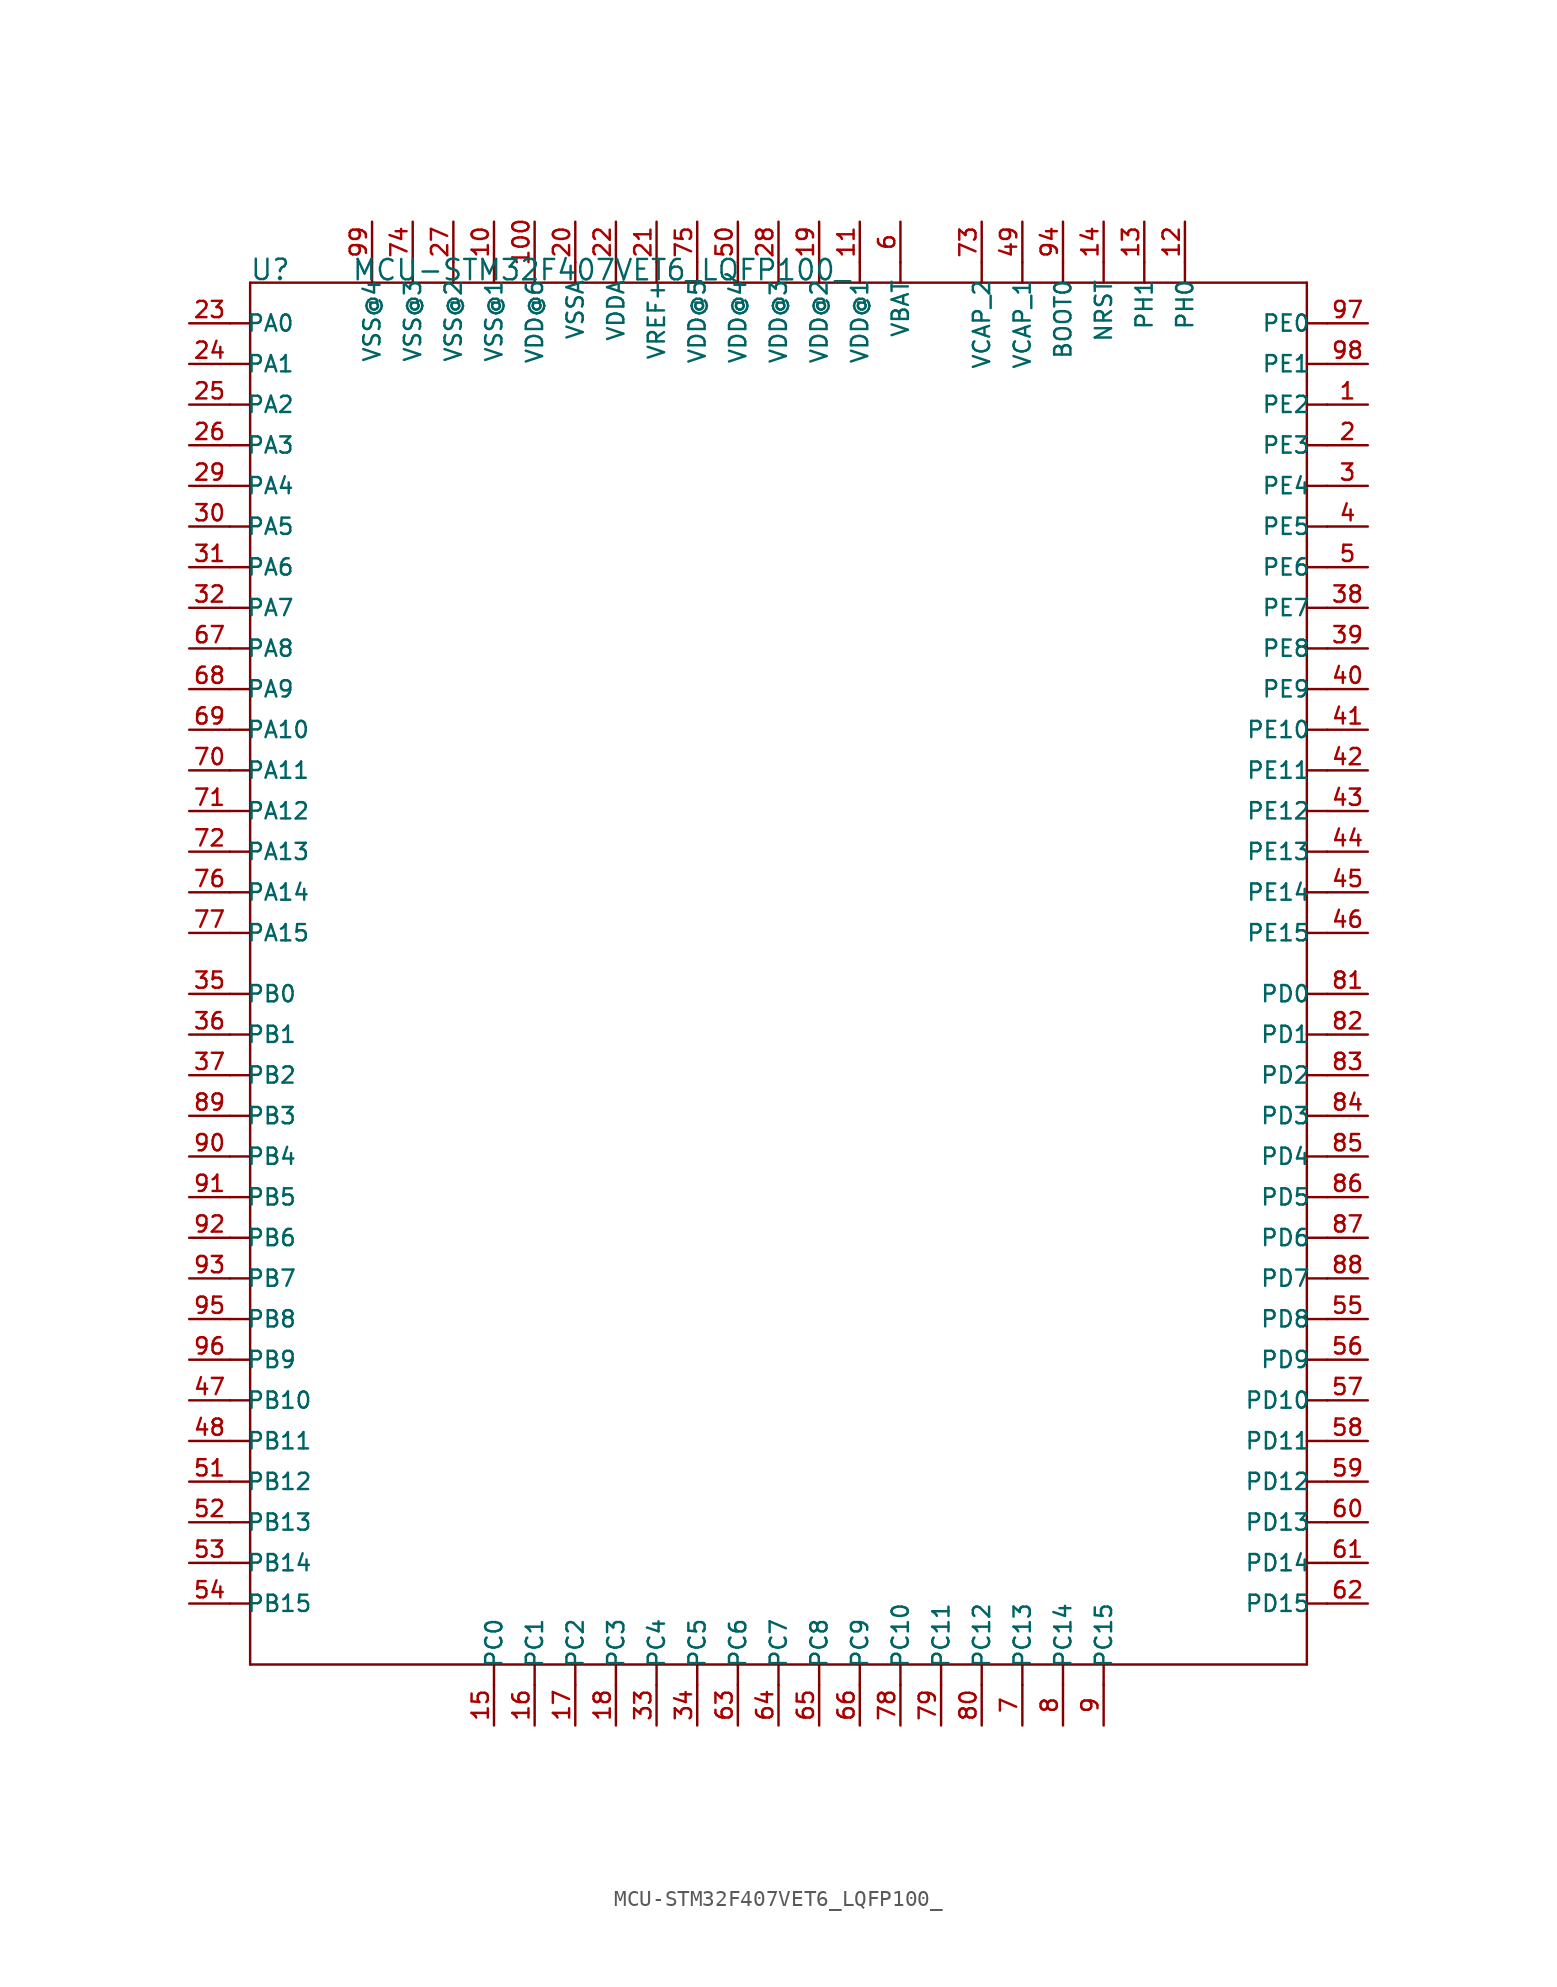
<source format=kicad_sym>
(kicad_symbol_lib
  (version 20211014)
  (generator kicad_symbol_editor)
  (symbol "MCU-STM32F407VET6_LQFP100_"
    (pin_names
      (offset 1.016))
    (property "Reference" "U"
      (at -33.07 43.245 0)
      (effects (font (size 1.27 1.27)) (justify bottom left)))
    (property "Value" "MCU-STM32F407VET6_LQFP100_"
      (at -26.7 43.229 0)
      (effects (font (size 1.27 1.27)) (justify bottom left)))
    (symbol "MCU-STM32F407VET6_LQFP100__0_0"
      (polyline (pts (xy -33.02 43.18) (xy 15.24 43.18)) (stroke (width 0.152)))
      (polyline (pts (xy 15.24 43.18) (xy 17.78 43.18)) (stroke (width 0.152)))
      (polyline (pts (xy 17.78 43.18) (xy 20.32 43.18)) (stroke (width 0.152)))
      (polyline (pts (xy 20.32 43.18) (xy 22.86 43.18)) (stroke (width 0.152)))
      (polyline (pts (xy 22.86 43.18) (xy 25.4 43.18)) (stroke (width 0.152)))
      (polyline (pts (xy 25.4 43.18) (xy 33.02 43.18)) (stroke (width 0.152)))
      (polyline (pts (xy 33.02 43.18) (xy 33.02 -43.18)) (stroke (width 0.152)))
      (polyline (pts (xy 33.02 -43.18) (xy -33.02 -43.18)) (stroke (width 0.152)))
      (polyline (pts (xy -33.02 -43.18) (xy -33.02 2.54)) (stroke (width 0.152)))
      (polyline (pts (xy -33.02 2.54) (xy -33.02 5.08)) (stroke (width 0.152)))
      (polyline (pts (xy -33.02 5.08) (xy -33.02 7.62)) (stroke (width 0.152)))
      (polyline (pts (xy -33.02 7.62) (xy -33.02 10.16)) (stroke (width 0.152)))
      (polyline (pts (xy -33.02 10.16) (xy -33.02 12.7)) (stroke (width 0.152)))
      (polyline (pts (xy -33.02 12.7) (xy -33.02 15.24)) (stroke (width 0.152)))
      (polyline (pts (xy -33.02 15.24) (xy -33.02 17.78)) (stroke (width 0.152)))
      (polyline (pts (xy -33.02 17.78) (xy -33.02 20.32)) (stroke (width 0.152)))
      (polyline (pts (xy -33.02 20.32) (xy -33.02 22.86)) (stroke (width 0.152)))
      (polyline (pts (xy -33.02 22.86) (xy -33.02 25.4)) (stroke (width 0.152)))
      (polyline (pts (xy -33.02 25.4) (xy -33.02 27.94)) (stroke (width 0.152)))
      (polyline (pts (xy -33.02 27.94) (xy -33.02 30.48)) (stroke (width 0.152)))
      (polyline (pts (xy -33.02 30.48) (xy -33.02 33.02)) (stroke (width 0.152)))
      (polyline (pts (xy -33.02 33.02) (xy -33.02 35.56)) (stroke (width 0.152)))
      (polyline (pts (xy -33.02 35.56) (xy -33.02 38.1)) (stroke (width 0.152)))
      (polyline (pts (xy -33.02 38.1) (xy -33.02 40.64)) (stroke (width 0.152)))
      (polyline (pts (xy -33.02 40.64) (xy -33.02 43.18)) (stroke (width 0.152)))
      (polyline (pts (xy -34.29 40.64) (xy -33.02 40.64)) (stroke (width 0.152)))
      (polyline (pts (xy -34.29 38.1) (xy -33.02 38.1)) (stroke (width 0.152)))
      (polyline (pts (xy -34.29 35.56) (xy -33.02 35.56)) (stroke (width 0.152)))
      (polyline (pts (xy -34.29 33.02) (xy -33.02 33.02)) (stroke (width 0.152)))
      (polyline (pts (xy -34.29 30.48) (xy -33.02 30.48)) (stroke (width 0.152)))
      (polyline (pts (xy -34.29 27.94) (xy -33.02 27.94)) (stroke (width 0.152)))
      (polyline (pts (xy -34.29 25.4) (xy -33.02 25.4)) (stroke (width 0.152)))
      (polyline (pts (xy -34.29 22.86) (xy -33.02 22.86)) (stroke (width 0.152)))
      (polyline (pts (xy -34.29 20.32) (xy -33.02 20.32)) (stroke (width 0.152)))
      (polyline (pts (xy -34.29 17.78) (xy -33.02 17.78)) (stroke (width 0.152)))
      (polyline (pts (xy -34.29 15.24) (xy -33.02 15.24)) (stroke (width 0.152)))
      (polyline (pts (xy -34.29 12.7) (xy -33.02 12.7)) (stroke (width 0.152)))
      (polyline (pts (xy -34.29 10.16) (xy -33.02 10.16)) (stroke (width 0.152)))
      (polyline (pts (xy -34.29 7.62) (xy -33.02 7.62)) (stroke (width 0.152)))
      (polyline (pts (xy -34.29 5.08) (xy -33.02 5.08)) (stroke (width 0.152)))
      (polyline (pts (xy -34.29 2.54) (xy -33.02 2.54)) (stroke (width 0.152)))
      (polyline (pts (xy -33.02 -39.37) (xy -34.29 -39.37)) (stroke (width 0.152)))
      (polyline (pts (xy -33.02 -36.83) (xy -34.29 -36.83)) (stroke (width 0.152)))
      (polyline (pts (xy -33.02 -34.29) (xy -34.29 -34.29)) (stroke (width 0.152)))
      (polyline (pts (xy -33.02 -31.75) (xy -34.29 -31.75)) (stroke (width 0.152)))
      (polyline (pts (xy -33.02 -29.21) (xy -34.29 -29.21)) (stroke (width 0.152)))
      (polyline (pts (xy -33.02 -26.67) (xy -34.29 -26.67)) (stroke (width 0.152)))
      (polyline (pts (xy -33.02 -24.13) (xy -34.29 -24.13)) (stroke (width 0.152)))
      (polyline (pts (xy -33.02 -21.59) (xy -34.29 -21.59)) (stroke (width 0.152)))
      (polyline (pts (xy -33.02 -19.05) (xy -34.29 -19.05)) (stroke (width 0.152)))
      (polyline (pts (xy -33.02 -16.51) (xy -34.29 -16.51)) (stroke (width 0.152)))
      (polyline (pts (xy -33.02 -13.97) (xy -34.29 -13.97)) (stroke (width 0.152)))
      (polyline (pts (xy -33.02 -11.43) (xy -34.29 -11.43)) (stroke (width 0.152)))
      (polyline (pts (xy -33.02 -8.89) (xy -34.29 -8.89)) (stroke (width 0.152)))
      (polyline (pts (xy -33.02 -6.35) (xy -34.29 -6.35)) (stroke (width 0.152)))
      (polyline (pts (xy -33.02 -3.81) (xy -34.29 -3.81)) (stroke (width 0.152)))
      (polyline (pts (xy -33.02 -1.27) (xy -34.29 -1.27)) (stroke (width 0.152)))
      (polyline (pts (xy -17.78 -44.45) (xy -17.78 -43.18)) (stroke (width 0.152)))
      (polyline (pts (xy -15.24 -44.45) (xy -15.24 -43.18)) (stroke (width 0.152)))
      (polyline (pts (xy -12.7 -44.45) (xy -12.7 -43.18)) (stroke (width 0.152)))
      (polyline (pts (xy -10.16 -44.45) (xy -10.16 -43.18)) (stroke (width 0.152)))
      (polyline (pts (xy -7.62 -44.45) (xy -7.62 -43.18)) (stroke (width 0.152)))
      (polyline (pts (xy -5.08 -44.45) (xy -5.08 -43.18)) (stroke (width 0.152)))
      (polyline (pts (xy -2.54 -44.45) (xy -2.54 -43.18)) (stroke (width 0.152)))
      (polyline (pts (xy 0.0 -44.45) (xy 0.0 -43.18)) (stroke (width 0.152)))
      (polyline (pts (xy 2.54 -44.45) (xy 2.54 -43.18)) (stroke (width 0.152)))
      (polyline (pts (xy 5.08 -44.45) (xy 5.08 -43.18)) (stroke (width 0.152)))
      (polyline (pts (xy 7.62 -44.45) (xy 7.62 -43.18)) (stroke (width 0.152)))
      (polyline (pts (xy 10.16 -44.45) (xy 10.16 -43.18)) (stroke (width 0.152)))
      (polyline (pts (xy 12.7 -44.45) (xy 12.7 -43.18)) (stroke (width 0.152)))
      (polyline (pts (xy 15.24 -44.45) (xy 15.24 -43.18)) (stroke (width 0.152)))
      (polyline (pts (xy 17.78 -44.45) (xy 17.78 -43.18)) (stroke (width 0.152)))
      (polyline (pts (xy 20.32 -44.45) (xy 20.32 -43.18)) (stroke (width 0.152)))
      (polyline (pts (xy 34.29 -39.37) (xy 33.02 -39.37)) (stroke (width 0.152)))
      (polyline (pts (xy 34.29 -36.83) (xy 33.02 -36.83)) (stroke (width 0.152)))
      (polyline (pts (xy 34.29 -34.29) (xy 33.02 -34.29)) (stroke (width 0.152)))
      (polyline (pts (xy 34.29 -31.75) (xy 33.02 -31.75)) (stroke (width 0.152)))
      (polyline (pts (xy 34.29 -29.21) (xy 33.02 -29.21)) (stroke (width 0.152)))
      (polyline (pts (xy 34.29 -26.67) (xy 33.02 -26.67)) (stroke (width 0.152)))
      (polyline (pts (xy 34.29 -24.13) (xy 33.02 -24.13)) (stroke (width 0.152)))
      (polyline (pts (xy 34.29 -21.59) (xy 33.02 -21.59)) (stroke (width 0.152)))
      (polyline (pts (xy 34.29 -19.05) (xy 33.02 -19.05)) (stroke (width 0.152)))
      (polyline (pts (xy 34.29 -16.51) (xy 33.02 -16.51)) (stroke (width 0.152)))
      (polyline (pts (xy 34.29 -13.97) (xy 33.02 -13.97)) (stroke (width 0.152)))
      (polyline (pts (xy 34.29 -11.43) (xy 33.02 -11.43)) (stroke (width 0.152)))
      (polyline (pts (xy 34.29 -8.89) (xy 33.02 -8.89)) (stroke (width 0.152)))
      (polyline (pts (xy 34.29 -6.35) (xy 33.02 -6.35)) (stroke (width 0.152)))
      (polyline (pts (xy 34.29 -3.81) (xy 33.02 -3.81)) (stroke (width 0.152)))
      (polyline (pts (xy 34.29 -1.27) (xy 33.02 -1.27)) (stroke (width 0.152)))
      (polyline (pts (xy 34.29 2.54) (xy 33.02 2.54)) (stroke (width 0.152)))
      (polyline (pts (xy 34.29 5.08) (xy 33.02 5.08)) (stroke (width 0.152)))
      (polyline (pts (xy 34.29 7.62) (xy 33.02 7.62)) (stroke (width 0.152)))
      (polyline (pts (xy 34.29 10.16) (xy 33.02 10.16)) (stroke (width 0.152)))
      (polyline (pts (xy 34.29 12.7) (xy 33.02 12.7)) (stroke (width 0.152)))
      (polyline (pts (xy 34.29 15.24) (xy 33.02 15.24)) (stroke (width 0.152)))
      (polyline (pts (xy 34.29 17.78) (xy 33.02 17.78)) (stroke (width 0.152)))
      (polyline (pts (xy 34.29 20.32) (xy 33.02 20.32)) (stroke (width 0.152)))
      (polyline (pts (xy 34.29 22.86) (xy 33.02 22.86)) (stroke (width 0.152)))
      (polyline (pts (xy 34.29 25.4) (xy 33.02 25.4)) (stroke (width 0.152)))
      (polyline (pts (xy 34.29 27.94) (xy 33.02 27.94)) (stroke (width 0.152)))
      (polyline (pts (xy 34.29 30.48) (xy 33.02 30.48)) (stroke (width 0.152)))
      (polyline (pts (xy 34.29 33.02) (xy 33.02 33.02)) (stroke (width 0.152)))
      (polyline (pts (xy 34.29 35.56) (xy 33.02 35.56)) (stroke (width 0.152)))
      (polyline (pts (xy 34.29 38.1) (xy 33.02 38.1)) (stroke (width 0.152)))
      (polyline (pts (xy 34.29 40.64) (xy 33.02 40.64)) (stroke (width 0.152)))
      (polyline (pts (xy -25.4 43.18) (xy -25.4 44.45)) (stroke (width 0.152)))
      (polyline (pts (xy -22.86 43.18) (xy -22.86 44.45)) (stroke (width 0.152)))
      (polyline (pts (xy -20.32 43.18) (xy -20.32 44.45)) (stroke (width 0.152)))
      (polyline (pts (xy -17.78 43.18) (xy -17.78 44.45)) (stroke (width 0.152)))
      (polyline (pts (xy -15.24 43.18) (xy -15.24 44.45)) (stroke (width 0.152)))
      (polyline (pts (xy -12.7 43.18) (xy -12.7 44.45)) (stroke (width 0.152)))
      (polyline (pts (xy -10.16 43.18) (xy -10.16 44.45)) (stroke (width 0.152)))
      (polyline (pts (xy -7.62 43.18) (xy -7.62 44.45)) (stroke (width 0.152)))
      (polyline (pts (xy -5.08 43.18) (xy -5.08 44.45)) (stroke (width 0.152)))
      (polyline (pts (xy -2.54 43.18) (xy -2.54 44.45)) (stroke (width 0.152)))
      (polyline (pts (xy 0.0 43.18) (xy 0.0 44.45)) (stroke (width 0.152)))
      (polyline (pts (xy 2.54 43.18) (xy 2.54 44.45)) (stroke (width 0.152)))
      (polyline (pts (xy 5.08 43.18) (xy 5.08 44.45)) (stroke (width 0.152)))
      (polyline (pts (xy 7.62 43.18) (xy 7.62 44.45)) (stroke (width 0.152)))
      (polyline (pts (xy 12.7 43.18) (xy 12.7 44.45)) (stroke (width 0.152)))
      (polyline (pts (xy 15.24 43.18) (xy 15.24 44.45)) (stroke (width 0.152)))
      (polyline (pts (xy 17.78 43.18) (xy 17.78 44.45)) (stroke (width 0.152)))
      (polyline (pts (xy 20.32 43.18) (xy 20.32 44.45)) (stroke (width 0.152)))
      (polyline (pts (xy 22.86 43.18) (xy 22.86 44.45)) (stroke (width 0.152)))
      (polyline (pts (xy 25.4 43.18) (xy 25.4 44.45)) (stroke (width 0.152)))
      (pin bidirectional line (at 36.83 35.56 180.0) (length 2.54) (name "PE2" (effects (font (size 1.016 1.016)))) (number "1" (effects (font (size 1.016 1.016)))))
      (pin bidirectional line (at 36.83 33.02 180.0) (length 2.54) (name "PE3" (effects (font (size 1.016 1.016)))) (number "2" (effects (font (size 1.016 1.016)))))
      (pin bidirectional line (at 36.83 30.48 180.0) (length 2.54) (name "PE4" (effects (font (size 1.016 1.016)))) (number "3" (effects (font (size 1.016 1.016)))))
      (pin bidirectional line (at 36.83 27.94 180.0) (length 2.54) (name "PE5" (effects (font (size 1.016 1.016)))) (number "4" (effects (font (size 1.016 1.016)))))
      (pin bidirectional line (at 36.83 25.4 180.0) (length 2.54) (name "PE6" (effects (font (size 1.016 1.016)))) (number "5" (effects (font (size 1.016 1.016)))))
      (pin bidirectional line (at 7.62 46.99 270.0) (length 2.54) (name "VBAT" (effects (font (size 1.016 1.016)))) (number "6" (effects (font (size 1.016 1.016)))))
      (pin bidirectional line (at 15.24 -46.99 90.0) (length 2.54) (name "PC13" (effects (font (size 1.016 1.016)))) (number "7" (effects (font (size 1.016 1.016)))))
      (pin bidirectional line (at 17.78 -46.99 90.0) (length 2.54) (name "PC14" (effects (font (size 1.016 1.016)))) (number "8" (effects (font (size 1.016 1.016)))))
      (pin bidirectional line (at 20.32 -46.99 90.0) (length 2.54) (name "PC15" (effects (font (size 1.016 1.016)))) (number "9" (effects (font (size 1.016 1.016)))))
      (pin bidirectional line (at -17.78 46.99 270.0) (length 2.54) (name "VSS@1" (effects (font (size 1.016 1.016)))) (number "10" (effects (font (size 1.016 1.016)))))
      (pin bidirectional line (at 5.08 46.99 270.0) (length 2.54) (name "VDD@1" (effects (font (size 1.016 1.016)))) (number "11" (effects (font (size 1.016 1.016)))))
      (pin bidirectional line (at 25.4 46.99 270.0) (length 2.54) (name "PH0" (effects (font (size 1.016 1.016)))) (number "12" (effects (font (size 1.016 1.016)))))
      (pin bidirectional line (at 22.86 46.99 270.0) (length 2.54) (name "PH1" (effects (font (size 1.016 1.016)))) (number "13" (effects (font (size 1.016 1.016)))))
      (pin bidirectional line (at 20.32 46.99 270.0) (length 2.54) (name "NRST" (effects (font (size 1.016 1.016)))) (number "14" (effects (font (size 1.016 1.016)))))
      (pin bidirectional line (at -17.78 -46.99 90.0) (length 2.54) (name "PC0" (effects (font (size 1.016 1.016)))) (number "15" (effects (font (size 1.016 1.016)))))
      (pin bidirectional line (at -15.24 -46.99 90.0) (length 2.54) (name "PC1" (effects (font (size 1.016 1.016)))) (number "16" (effects (font (size 1.016 1.016)))))
      (pin bidirectional line (at -12.7 -46.99 90.0) (length 2.54) (name "PC2" (effects (font (size 1.016 1.016)))) (number "17" (effects (font (size 1.016 1.016)))))
      (pin bidirectional line (at -10.16 -46.99 90.0) (length 2.54) (name "PC3" (effects (font (size 1.016 1.016)))) (number "18" (effects (font (size 1.016 1.016)))))
      (pin bidirectional line (at 2.54 46.99 270.0) (length 2.54) (name "VDD@2" (effects (font (size 1.016 1.016)))) (number "19" (effects (font (size 1.016 1.016)))))
      (pin bidirectional line (at -12.7 46.99 270.0) (length 2.54) (name "VSSA" (effects (font (size 1.016 1.016)))) (number "20" (effects (font (size 1.016 1.016)))))
      (pin bidirectional line (at -7.62 46.99 270.0) (length 2.54) (name "VREF+" (effects (font (size 1.016 1.016)))) (number "21" (effects (font (size 1.016 1.016)))))
      (pin bidirectional line (at -10.16 46.99 270.0) (length 2.54) (name "VDDA" (effects (font (size 1.016 1.016)))) (number "22" (effects (font (size 1.016 1.016)))))
      (pin bidirectional line (at -36.83 40.64 0) (length 2.54) (name "PA0" (effects (font (size 1.016 1.016)))) (number "23" (effects (font (size 1.016 1.016)))))
      (pin bidirectional line (at -36.83 38.1 0) (length 2.54) (name "PA1" (effects (font (size 1.016 1.016)))) (number "24" (effects (font (size 1.016 1.016)))))
      (pin bidirectional line (at -36.83 35.56 0) (length 2.54) (name "PA2" (effects (font (size 1.016 1.016)))) (number "25" (effects (font (size 1.016 1.016)))))
      (pin bidirectional line (at -36.83 33.02 0) (length 2.54) (name "PA3" (effects (font (size 1.016 1.016)))) (number "26" (effects (font (size 1.016 1.016)))))
      (pin bidirectional line (at -20.32 46.99 270.0) (length 2.54) (name "VSS@2" (effects (font (size 1.016 1.016)))) (number "27" (effects (font (size 1.016 1.016)))))
      (pin bidirectional line (at 0.0 46.99 270.0) (length 2.54) (name "VDD@3" (effects (font (size 1.016 1.016)))) (number "28" (effects (font (size 1.016 1.016)))))
      (pin bidirectional line (at -36.83 30.48 0) (length 2.54) (name "PA4" (effects (font (size 1.016 1.016)))) (number "29" (effects (font (size 1.016 1.016)))))
      (pin bidirectional line (at -36.83 27.94 0) (length 2.54) (name "PA5" (effects (font (size 1.016 1.016)))) (number "30" (effects (font (size 1.016 1.016)))))
      (pin bidirectional line (at -36.83 25.4 0) (length 2.54) (name "PA6" (effects (font (size 1.016 1.016)))) (number "31" (effects (font (size 1.016 1.016)))))
      (pin bidirectional line (at -36.83 22.86 0) (length 2.54) (name "PA7" (effects (font (size 1.016 1.016)))) (number "32" (effects (font (size 1.016 1.016)))))
      (pin bidirectional line (at -7.62 -46.99 90.0) (length 2.54) (name "PC4" (effects (font (size 1.016 1.016)))) (number "33" (effects (font (size 1.016 1.016)))))
      (pin bidirectional line (at -5.08 -46.99 90.0) (length 2.54) (name "PC5" (effects (font (size 1.016 1.016)))) (number "34" (effects (font (size 1.016 1.016)))))
      (pin bidirectional line (at -36.83 -1.27 0) (length 2.54) (name "PB0" (effects (font (size 1.016 1.016)))) (number "35" (effects (font (size 1.016 1.016)))))
      (pin bidirectional line (at -36.83 -3.81 0) (length 2.54) (name "PB1" (effects (font (size 1.016 1.016)))) (number "36" (effects (font (size 1.016 1.016)))))
      (pin bidirectional line (at -36.83 -6.35 0) (length 2.54) (name "PB2" (effects (font (size 1.016 1.016)))) (number "37" (effects (font (size 1.016 1.016)))))
      (pin bidirectional line (at 36.83 22.86 180.0) (length 2.54) (name "PE7" (effects (font (size 1.016 1.016)))) (number "38" (effects (font (size 1.016 1.016)))))
      (pin bidirectional line (at 36.83 20.32 180.0) (length 2.54) (name "PE8" (effects (font (size 1.016 1.016)))) (number "39" (effects (font (size 1.016 1.016)))))
      (pin bidirectional line (at 36.83 17.78 180.0) (length 2.54) (name "PE9" (effects (font (size 1.016 1.016)))) (number "40" (effects (font (size 1.016 1.016)))))
      (pin bidirectional line (at 36.83 15.24 180.0) (length 2.54) (name "PE10" (effects (font (size 1.016 1.016)))) (number "41" (effects (font (size 1.016 1.016)))))
      (pin bidirectional line (at 36.83 12.7 180.0) (length 2.54) (name "PE11" (effects (font (size 1.016 1.016)))) (number "42" (effects (font (size 1.016 1.016)))))
      (pin bidirectional line (at 36.83 10.16 180.0) (length 2.54) (name "PE12" (effects (font (size 1.016 1.016)))) (number "43" (effects (font (size 1.016 1.016)))))
      (pin bidirectional line (at 36.83 7.62 180.0) (length 2.54) (name "PE13" (effects (font (size 1.016 1.016)))) (number "44" (effects (font (size 1.016 1.016)))))
      (pin bidirectional line (at 36.83 5.08 180.0) (length 2.54) (name "PE14" (effects (font (size 1.016 1.016)))) (number "45" (effects (font (size 1.016 1.016)))))
      (pin bidirectional line (at 36.83 2.54 180.0) (length 2.54) (name "PE15" (effects (font (size 1.016 1.016)))) (number "46" (effects (font (size 1.016 1.016)))))
      (pin bidirectional line (at -36.83 -26.67 0) (length 2.54) (name "PB10" (effects (font (size 1.016 1.016)))) (number "47" (effects (font (size 1.016 1.016)))))
      (pin bidirectional line (at -36.83 -29.21 0) (length 2.54) (name "PB11" (effects (font (size 1.016 1.016)))) (number "48" (effects (font (size 1.016 1.016)))))
      (pin bidirectional line (at 15.24 46.99 270.0) (length 2.54) (name "VCAP_1" (effects (font (size 1.016 1.016)))) (number "49" (effects (font (size 1.016 1.016)))))
      (pin bidirectional line (at -2.54 46.99 270.0) (length 2.54) (name "VDD@4" (effects (font (size 1.016 1.016)))) (number "50" (effects (font (size 1.016 1.016)))))
      (pin bidirectional line (at -36.83 -31.75 0) (length 2.54) (name "PB12" (effects (font (size 1.016 1.016)))) (number "51" (effects (font (size 1.016 1.016)))))
      (pin bidirectional line (at -36.83 -34.29 0) (length 2.54) (name "PB13" (effects (font (size 1.016 1.016)))) (number "52" (effects (font (size 1.016 1.016)))))
      (pin bidirectional line (at -36.83 -36.83 0) (length 2.54) (name "PB14" (effects (font (size 1.016 1.016)))) (number "53" (effects (font (size 1.016 1.016)))))
      (pin bidirectional line (at -36.83 -39.37 0) (length 2.54) (name "PB15" (effects (font (size 1.016 1.016)))) (number "54" (effects (font (size 1.016 1.016)))))
      (pin bidirectional line (at 36.83 -21.59 180.0) (length 2.54) (name "PD8" (effects (font (size 1.016 1.016)))) (number "55" (effects (font (size 1.016 1.016)))))
      (pin bidirectional line (at 36.83 -24.13 180.0) (length 2.54) (name "PD9" (effects (font (size 1.016 1.016)))) (number "56" (effects (font (size 1.016 1.016)))))
      (pin bidirectional line (at 36.83 -26.67 180.0) (length 2.54) (name "PD10" (effects (font (size 1.016 1.016)))) (number "57" (effects (font (size 1.016 1.016)))))
      (pin bidirectional line (at 36.83 -29.21 180.0) (length 2.54) (name "PD11" (effects (font (size 1.016 1.016)))) (number "58" (effects (font (size 1.016 1.016)))))
      (pin bidirectional line (at 36.83 -31.75 180.0) (length 2.54) (name "PD12" (effects (font (size 1.016 1.016)))) (number "59" (effects (font (size 1.016 1.016)))))
      (pin bidirectional line (at 36.83 -34.29 180.0) (length 2.54) (name "PD13" (effects (font (size 1.016 1.016)))) (number "60" (effects (font (size 1.016 1.016)))))
      (pin bidirectional line (at 36.83 -36.83 180.0) (length 2.54) (name "PD14" (effects (font (size 1.016 1.016)))) (number "61" (effects (font (size 1.016 1.016)))))
      (pin bidirectional line (at 36.83 -39.37 180.0) (length 2.54) (name "PD15" (effects (font (size 1.016 1.016)))) (number "62" (effects (font (size 1.016 1.016)))))
      (pin bidirectional line (at -2.54 -46.99 90.0) (length 2.54) (name "PC6" (effects (font (size 1.016 1.016)))) (number "63" (effects (font (size 1.016 1.016)))))
      (pin bidirectional line (at 0.0 -46.99 90.0) (length 2.54) (name "PC7" (effects (font (size 1.016 1.016)))) (number "64" (effects (font (size 1.016 1.016)))))
      (pin bidirectional line (at 2.54 -46.99 90.0) (length 2.54) (name "PC8" (effects (font (size 1.016 1.016)))) (number "65" (effects (font (size 1.016 1.016)))))
      (pin bidirectional line (at 5.08 -46.99 90.0) (length 2.54) (name "PC9" (effects (font (size 1.016 1.016)))) (number "66" (effects (font (size 1.016 1.016)))))
      (pin bidirectional line (at -36.83 20.32 0) (length 2.54) (name "PA8" (effects (font (size 1.016 1.016)))) (number "67" (effects (font (size 1.016 1.016)))))
      (pin bidirectional line (at -36.83 17.78 0) (length 2.54) (name "PA9" (effects (font (size 1.016 1.016)))) (number "68" (effects (font (size 1.016 1.016)))))
      (pin bidirectional line (at -36.83 15.24 0) (length 2.54) (name "PA10" (effects (font (size 1.016 1.016)))) (number "69" (effects (font (size 1.016 1.016)))))
      (pin bidirectional line (at -36.83 12.7 0) (length 2.54) (name "PA11" (effects (font (size 1.016 1.016)))) (number "70" (effects (font (size 1.016 1.016)))))
      (pin bidirectional line (at -36.83 10.16 0) (length 2.54) (name "PA12" (effects (font (size 1.016 1.016)))) (number "71" (effects (font (size 1.016 1.016)))))
      (pin bidirectional line (at -36.83 7.62 0) (length 2.54) (name "PA13" (effects (font (size 1.016 1.016)))) (number "72" (effects (font (size 1.016 1.016)))))
      (pin bidirectional line (at 12.7 46.99 270.0) (length 2.54) (name "VCAP_2" (effects (font (size 1.016 1.016)))) (number "73" (effects (font (size 1.016 1.016)))))
      (pin bidirectional line (at -22.86 46.99 270.0) (length 2.54) (name "VSS@3" (effects (font (size 1.016 1.016)))) (number "74" (effects (font (size 1.016 1.016)))))
      (pin bidirectional line (at -5.08 46.99 270.0) (length 2.54) (name "VDD@5" (effects (font (size 1.016 1.016)))) (number "75" (effects (font (size 1.016 1.016)))))
      (pin bidirectional line (at -36.83 5.08 0) (length 2.54) (name "PA14" (effects (font (size 1.016 1.016)))) (number "76" (effects (font (size 1.016 1.016)))))
      (pin bidirectional line (at -36.83 2.54 0) (length 2.54) (name "PA15" (effects (font (size 1.016 1.016)))) (number "77" (effects (font (size 1.016 1.016)))))
      (pin bidirectional line (at 7.62 -46.99 90.0) (length 2.54) (name "PC10" (effects (font (size 1.016 1.016)))) (number "78" (effects (font (size 1.016 1.016)))))
      (pin bidirectional line (at 10.16 -46.99 90.0) (length 2.54) (name "PC11" (effects (font (size 1.016 1.016)))) (number "79" (effects (font (size 1.016 1.016)))))
      (pin bidirectional line (at 12.7 -46.99 90.0) (length 2.54) (name "PC12" (effects (font (size 1.016 1.016)))) (number "80" (effects (font (size 1.016 1.016)))))
      (pin bidirectional line (at 36.83 -1.27 180.0) (length 2.54) (name "PD0" (effects (font (size 1.016 1.016)))) (number "81" (effects (font (size 1.016 1.016)))))
      (pin bidirectional line (at 36.83 -3.81 180.0) (length 2.54) (name "PD1" (effects (font (size 1.016 1.016)))) (number "82" (effects (font (size 1.016 1.016)))))
      (pin bidirectional line (at 36.83 -6.35 180.0) (length 2.54) (name "PD2" (effects (font (size 1.016 1.016)))) (number "83" (effects (font (size 1.016 1.016)))))
      (pin bidirectional line (at 36.83 -8.89 180.0) (length 2.54) (name "PD3" (effects (font (size 1.016 1.016)))) (number "84" (effects (font (size 1.016 1.016)))))
      (pin bidirectional line (at 36.83 -11.43 180.0) (length 2.54) (name "PD4" (effects (font (size 1.016 1.016)))) (number "85" (effects (font (size 1.016 1.016)))))
      (pin bidirectional line (at 36.83 -13.97 180.0) (length 2.54) (name "PD5" (effects (font (size 1.016 1.016)))) (number "86" (effects (font (size 1.016 1.016)))))
      (pin bidirectional line (at 36.83 -16.51 180.0) (length 2.54) (name "PD6" (effects (font (size 1.016 1.016)))) (number "87" (effects (font (size 1.016 1.016)))))
      (pin bidirectional line (at 36.83 -19.05 180.0) (length 2.54) (name "PD7" (effects (font (size 1.016 1.016)))) (number "88" (effects (font (size 1.016 1.016)))))
      (pin bidirectional line (at -36.83 -8.89 0) (length 2.54) (name "PB3" (effects (font (size 1.016 1.016)))) (number "89" (effects (font (size 1.016 1.016)))))
      (pin bidirectional line (at -36.83 -11.43 0) (length 2.54) (name "PB4" (effects (font (size 1.016 1.016)))) (number "90" (effects (font (size 1.016 1.016)))))
      (pin bidirectional line (at -36.83 -13.97 0) (length 2.54) (name "PB5" (effects (font (size 1.016 1.016)))) (number "91" (effects (font (size 1.016 1.016)))))
      (pin bidirectional line (at -36.83 -16.51 0) (length 2.54) (name "PB6" (effects (font (size 1.016 1.016)))) (number "92" (effects (font (size 1.016 1.016)))))
      (pin bidirectional line (at -36.83 -19.05 0) (length 2.54) (name "PB7" (effects (font (size 1.016 1.016)))) (number "93" (effects (font (size 1.016 1.016)))))
      (pin bidirectional line (at 17.78 46.99 270.0) (length 2.54) (name "BOOT0" (effects (font (size 1.016 1.016)))) (number "94" (effects (font (size 1.016 1.016)))))
      (pin bidirectional line (at -36.83 -21.59 0) (length 2.54) (name "PB8" (effects (font (size 1.016 1.016)))) (number "95" (effects (font (size 1.016 1.016)))))
      (pin bidirectional line (at -36.83 -24.13 0) (length 2.54) (name "PB9" (effects (font (size 1.016 1.016)))) (number "96" (effects (font (size 1.016 1.016)))))
      (pin bidirectional line (at 36.83 40.64 180.0) (length 2.54) (name "PE0" (effects (font (size 1.016 1.016)))) (number "97" (effects (font (size 1.016 1.016)))))
      (pin bidirectional line (at 36.83 38.1 180.0) (length 2.54) (name "PE1" (effects (font (size 1.016 1.016)))) (number "98" (effects (font (size 1.016 1.016)))))
      (pin bidirectional line (at -25.4 46.99 270.0) (length 2.54) (name "VSS@4" (effects (font (size 1.016 1.016)))) (number "99" (effects (font (size 1.016 1.016)))))
      (pin bidirectional line (at -15.24 46.99 270.0) (length 2.54) (name "VDD@6" (effects (font (size 1.016 1.016)))) (number "100" (effects (font (size 1.016 1.016))))))))
</source>
